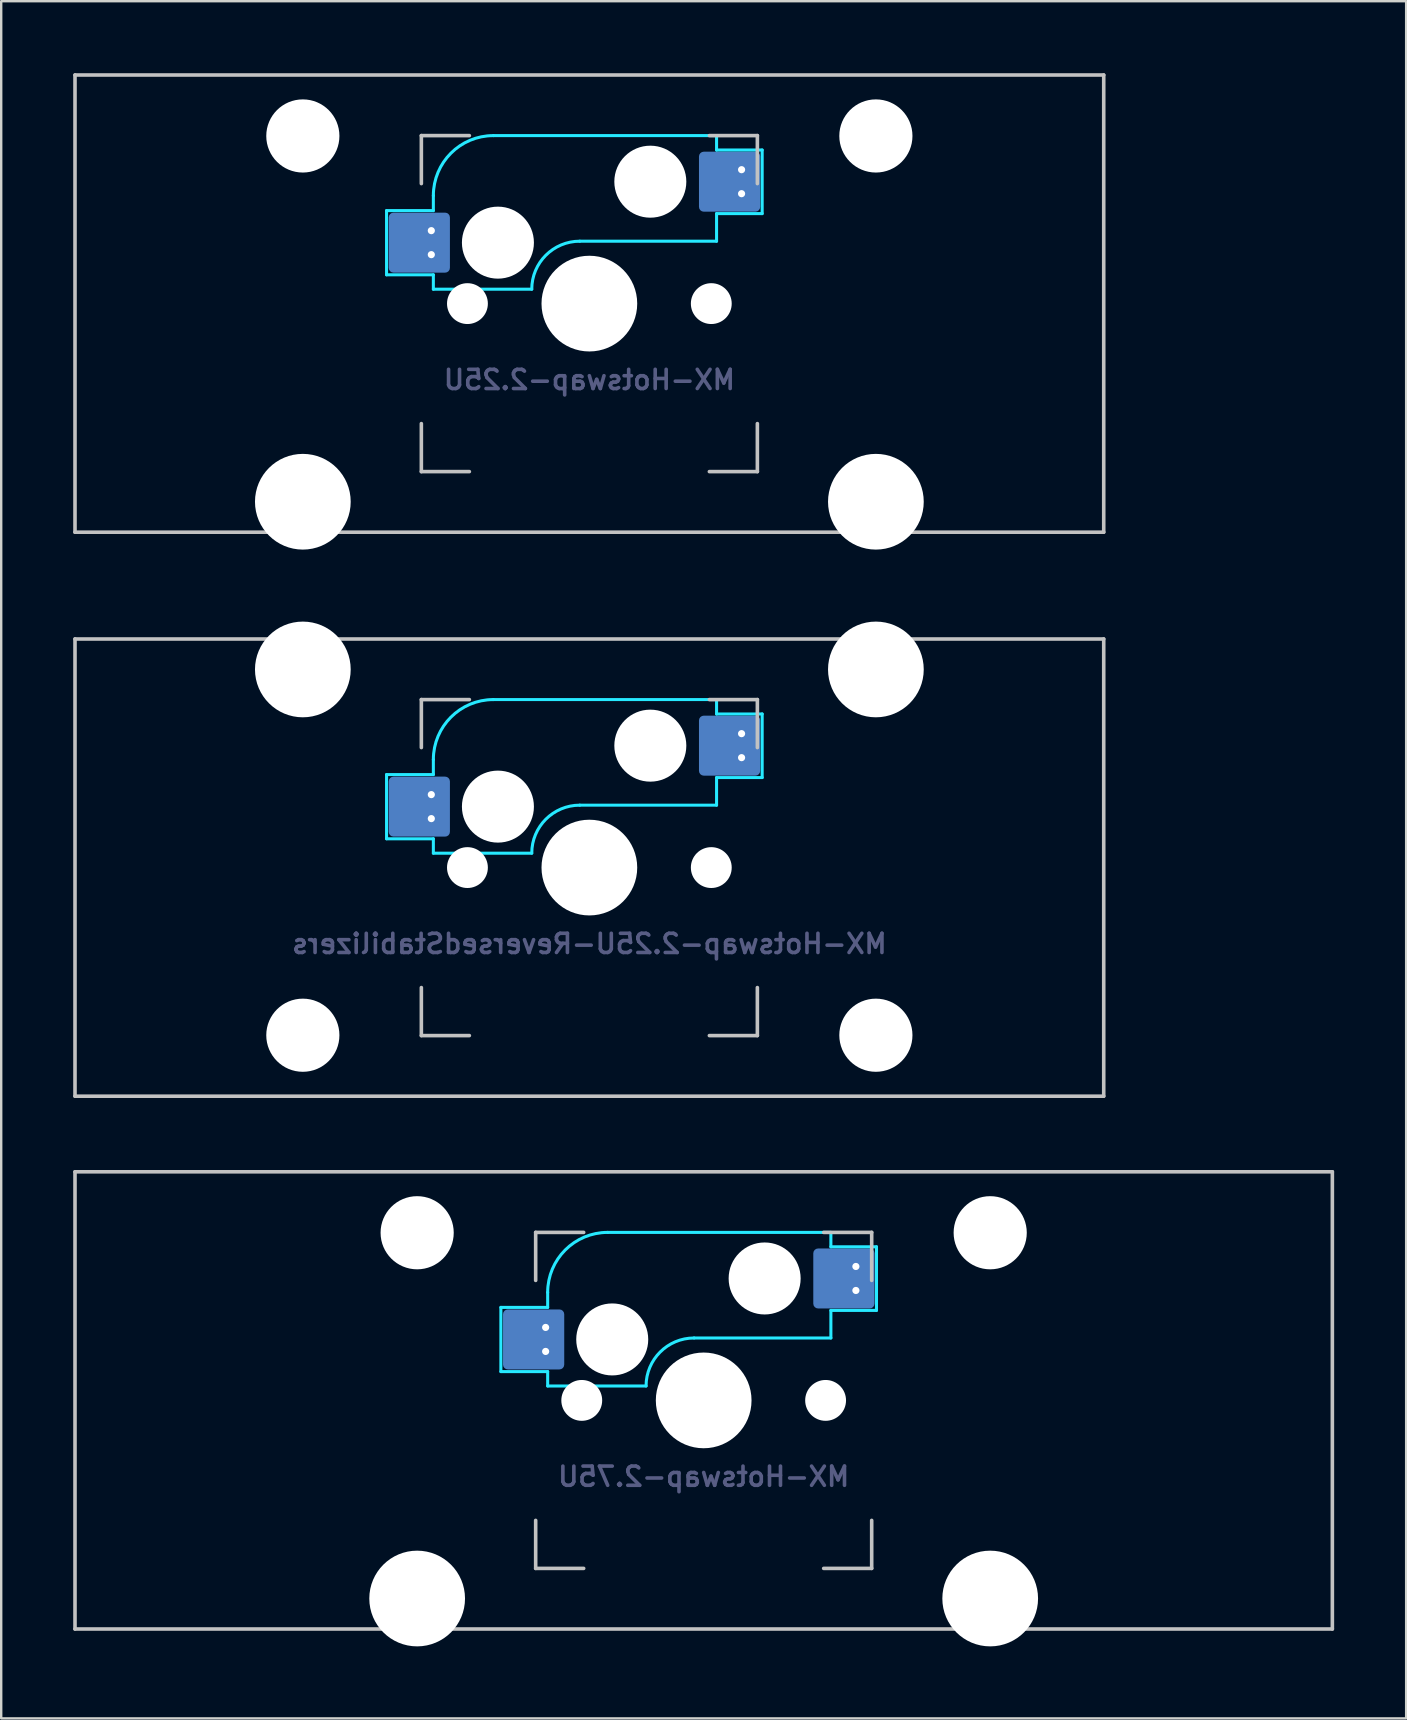
<source format=kicad_pcb>
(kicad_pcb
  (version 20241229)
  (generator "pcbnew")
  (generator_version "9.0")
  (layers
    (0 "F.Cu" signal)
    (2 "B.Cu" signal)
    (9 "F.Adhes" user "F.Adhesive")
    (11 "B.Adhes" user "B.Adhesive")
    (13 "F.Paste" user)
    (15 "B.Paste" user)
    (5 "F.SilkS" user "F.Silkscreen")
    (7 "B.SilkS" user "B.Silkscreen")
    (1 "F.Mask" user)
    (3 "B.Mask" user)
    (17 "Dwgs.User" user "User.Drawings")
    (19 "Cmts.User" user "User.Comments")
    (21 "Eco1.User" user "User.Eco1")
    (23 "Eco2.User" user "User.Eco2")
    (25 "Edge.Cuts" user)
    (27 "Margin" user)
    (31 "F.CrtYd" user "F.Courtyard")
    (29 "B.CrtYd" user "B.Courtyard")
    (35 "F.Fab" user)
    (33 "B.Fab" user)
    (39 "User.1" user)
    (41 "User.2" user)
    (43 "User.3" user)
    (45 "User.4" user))
  (footprint "MX-Hotswap-2.25U-ReversedStabilizers"
    (layer "F.Cu")
    (at 21.506 33.098)
    (property "Reference" "MX-Hotswap-2.25U-ReversedStabilizers" (at 0 3.175 0) (layer "B.Fab") (effects (font (size 0.8 0.8) (thickness 0.15)) (justify mirror)))
    (attr smd)
    (fp_line (start -21.431 9.525) (end -21.431 -9.525) (stroke (width 0.15) (type solid)) (layer "Dwgs.User"))
    (fp_line (start -7 -7) (end -7 -5) (stroke (width 0.15) (type solid)) (layer "Dwgs.User"))
    (fp_line (start -7 5) (end -7 7) (stroke (width 0.15) (type solid)) (layer "Dwgs.User"))
    (fp_line (start -7 7) (end -5 7) (stroke (width 0.15) (type solid)) (layer "Dwgs.User"))
    (fp_line (start -5 -7) (end -7 -7) (stroke (width 0.15) (type solid)) (layer "Dwgs.User"))
    (fp_line (start 5 -7) (end 7 -7) (stroke (width 0.15) (type solid)) (layer "Dwgs.User"))
    (fp_line (start 5 7) (end 7 7) (stroke (width 0.15) (type solid)) (layer "Dwgs.User"))
    (fp_line (start 7 -7) (end 7 -5) (stroke (width 0.15) (type solid)) (layer "Dwgs.User"))
    (fp_line (start 7 7) (end 7 5) (stroke (width 0.15) (type solid)) (layer "Dwgs.User"))
    (fp_line (start 21.431 -9.525) (end -21.431 -9.525) (stroke (width 0.15) (type solid)) (layer "Dwgs.User"))
    (fp_line (start 21.431 9.525) (end -21.431 9.525) (stroke (width 0.15) (type solid)) (layer "Dwgs.User"))
    (fp_line (start 21.431 9.525) (end 21.431 -9.525) (stroke (width 0.15) (type solid)) (layer "Dwgs.User"))
    (fp_line (start -8.45 -3.875) (end -8.45 -1.2) (stroke (width 0.127) (type solid)) (layer "B.CrtYd"))
    (fp_line (start -8.45 -1.2) (end -6.5 -1.2) (stroke (width 0.127) (type solid)) (layer "B.CrtYd"))
    (fp_line (start -6.5 -4.5) (end -6.5 -3.875) (stroke (width 0.127) (type solid)) (layer "B.CrtYd"))
    (fp_line (start -6.5 -3.875) (end -8.45 -3.875) (stroke (width 0.127) (type solid)) (layer "B.CrtYd"))
    (fp_line (start -6.5 -0.6) (end -6.5 -1.2) (stroke (width 0.127) (type solid)) (layer "B.CrtYd"))
    (fp_line (start -6.5 -0.6) (end -2.4 -0.6) (stroke (width 0.127) (type solid)) (layer "B.CrtYd"))
    (fp_line (start -0.4 -2.6) (end 5.3 -2.6) (stroke (width 0.127) (type solid)) (layer "B.CrtYd"))
    (fp_line (start 5.3 -7) (end -4 -7) (stroke (width 0.127) (type solid)) (layer "B.CrtYd"))
    (fp_line (start 5.3 -7) (end 5.3 -6.4) (stroke (width 0.127) (type solid)) (layer "B.CrtYd"))
    (fp_line (start 5.3 -6.4) (end 7.2 -6.4) (stroke (width 0.127) (type solid)) (layer "B.CrtYd"))
    (fp_line (start 5.3 -2.6) (end 5.3 -3.75) (stroke (width 0.127) (type solid)) (layer "B.CrtYd"))
    (fp_line (start 7.2 -6.4) (end 7.2 -3.75) (stroke (width 0.127) (type solid)) (layer "B.CrtYd"))
    (fp_line (start 7.2 -3.75) (end 5.3 -3.75) (stroke (width 0.127) (type solid)) (layer "B.CrtYd"))
    (fp_arc (start -6.5 -4.5) (mid -5.767767 -6.267767) (end -4 -7) (stroke (width 0.127) (type solid)) (layer "B.CrtYd"))
    (fp_arc (start -2.4 -0.6) (mid -1.814214 -2.014214) (end -0.4 -2.6) (stroke (width 0.127) (type solid)) (layer "B.CrtYd"))
    (pad "" np_thru_hole circle (at -11.938 -8.255) (size 3.988 3.988) (drill 3.988) (layers "*.Cu" "*.Mask"))
    (pad "" np_thru_hole circle (at -11.938 6.985) (size 3.048 3.048) (drill 3.048) (layers "*.Cu" "*.Mask"))
    (pad "" np_thru_hole circle (at -5.08 0 48.099) (size 1.702 1.702) (drill 1.702) (layers "*.Cu" "*.Mask"))
    (pad "" np_thru_hole circle (at -3.81 -2.54) (size 3 3) (drill 3) (layers "*.Cu" "*.Mask"))
    (pad "" np_thru_hole circle (at 0 0) (size 3.988 3.988) (drill 3.988) (layers "*.Cu" "*.Mask"))
    (pad "" np_thru_hole circle (at 2.54 -5.08) (size 3 3) (drill 3) (layers "*.Cu" "*.Mask"))
    (pad "" np_thru_hole circle (at 5.08 0 48.099) (size 1.702 1.702) (drill 1.702) (layers "*.Cu" "*.Mask"))
    (pad "" np_thru_hole circle (at 11.938 -8.255) (size 3.988 3.988) (drill 3.988) (layers "*.Cu" "*.Mask"))
    (pad "" np_thru_hole circle (at 11.938 6.985) (size 3.048 3.048) (drill 3.048) (layers "*.Cu" "*.Mask"))
    (pad "1" smd roundrect (at -7.085 -2.54) (size 2.55 2.5) (layers "B.Cu" "B.Mask" "B.Paste") (roundrect_rratio 0.08))
    (pad "1" thru_hole circle (at -6.585 -3.04) (size 0.6 0.6) (drill 0.3) (layers "*.Cu" "*.Mask"))
    (pad "1" thru_hole circle (at -6.585 -2.04) (size 0.6 0.6) (drill 0.3) (layers "*.Cu" "*.Mask"))
    (pad "2" smd roundrect (at 5.842 -5.08) (size 2.55 2.5) (layers "B.Cu" "B.Mask" "B.Paste") (roundrect_rratio 0.08))
    (pad "2" thru_hole circle (at 6.342 -5.58) (size 0.6 0.6) (drill 0.3) (layers "*.Cu" "*.Mask"))
    (pad "2" thru_hole circle (at 6.342 -4.58) (size 0.6 0.6) (drill 0.3) (layers "*.Cu" "*.Mask")))
  (footprint "MX-Hotswap-2.25U"
    (layer "F.Cu")
    (at 21.506 9.6)
    (property "Reference" "MX-Hotswap-2.25U" (at 0 3.175 0) (layer "B.Fab") (effects (font (size 0.8 0.8) (thickness 0.15)) (justify mirror)))
    (attr smd)
    (fp_line (start -21.431 9.525) (end -21.431 -9.525) (stroke (width 0.15) (type solid)) (layer "Dwgs.User"))
    (fp_line (start -7 -7) (end -7 -5) (stroke (width 0.15) (type solid)) (layer "Dwgs.User"))
    (fp_line (start -7 5) (end -7 7) (stroke (width 0.15) (type solid)) (layer "Dwgs.User"))
    (fp_line (start -7 7) (end -5 7) (stroke (width 0.15) (type solid)) (layer "Dwgs.User"))
    (fp_line (start -5 -7) (end -7 -7) (stroke (width 0.15) (type solid)) (layer "Dwgs.User"))
    (fp_line (start 5 -7) (end 7 -7) (stroke (width 0.15) (type solid)) (layer "Dwgs.User"))
    (fp_line (start 5 7) (end 7 7) (stroke (width 0.15) (type solid)) (layer "Dwgs.User"))
    (fp_line (start 7 -7) (end 7 -5) (stroke (width 0.15) (type solid)) (layer "Dwgs.User"))
    (fp_line (start 7 7) (end 7 5) (stroke (width 0.15) (type solid)) (layer "Dwgs.User"))
    (fp_line (start 21.431 -9.525) (end -21.431 -9.525) (stroke (width 0.15) (type solid)) (layer "Dwgs.User"))
    (fp_line (start 21.431 9.525) (end -21.431 9.525) (stroke (width 0.15) (type solid)) (layer "Dwgs.User"))
    (fp_line (start 21.431 9.525) (end 21.431 -9.525) (stroke (width 0.15) (type solid)) (layer "Dwgs.User"))
    (fp_line (start -8.45 -3.875) (end -8.45 -1.2) (stroke (width 0.127) (type solid)) (layer "B.CrtYd"))
    (fp_line (start -8.45 -1.2) (end -6.5 -1.2) (stroke (width 0.127) (type solid)) (layer "B.CrtYd"))
    (fp_line (start -6.5 -4.5) (end -6.5 -3.875) (stroke (width 0.127) (type solid)) (layer "B.CrtYd"))
    (fp_line (start -6.5 -3.875) (end -8.45 -3.875) (stroke (width 0.127) (type solid)) (layer "B.CrtYd"))
    (fp_line (start -6.5 -0.6) (end -6.5 -1.2) (stroke (width 0.127) (type solid)) (layer "B.CrtYd"))
    (fp_line (start -6.5 -0.6) (end -2.4 -0.6) (stroke (width 0.127) (type solid)) (layer "B.CrtYd"))
    (fp_line (start -0.4 -2.6) (end 5.3 -2.6) (stroke (width 0.127) (type solid)) (layer "B.CrtYd"))
    (fp_line (start 5.3 -7) (end -4 -7) (stroke (width 0.127) (type solid)) (layer "B.CrtYd"))
    (fp_line (start 5.3 -7) (end 5.3 -6.4) (stroke (width 0.127) (type solid)) (layer "B.CrtYd"))
    (fp_line (start 5.3 -6.4) (end 7.2 -6.4) (stroke (width 0.127) (type solid)) (layer "B.CrtYd"))
    (fp_line (start 5.3 -2.6) (end 5.3 -3.75) (stroke (width 0.127) (type solid)) (layer "B.CrtYd"))
    (fp_line (start 7.2 -6.4) (end 7.2 -3.75) (stroke (width 0.127) (type solid)) (layer "B.CrtYd"))
    (fp_line (start 7.2 -3.75) (end 5.3 -3.75) (stroke (width 0.127) (type solid)) (layer "B.CrtYd"))
    (fp_arc (start -6.5 -4.5) (mid -5.767767 -6.267767) (end -4 -7) (stroke (width 0.127) (type solid)) (layer "B.CrtYd"))
    (fp_arc (start -2.4 -0.6) (mid -1.814214 -2.014214) (end -0.4 -2.6) (stroke (width 0.127) (type solid)) (layer "B.CrtYd"))
    (pad "" np_thru_hole circle (at -11.938 -6.985) (size 3.048 3.048) (drill 3.048) (layers "*.Cu" "*.Mask"))
    (pad "" np_thru_hole circle (at -11.938 8.255) (size 3.988 3.988) (drill 3.988) (layers "*.Cu" "*.Mask"))
    (pad "" np_thru_hole circle (at -5.08 0 48.099) (size 1.702 1.702) (drill 1.702) (layers "*.Cu" "*.Mask"))
    (pad "" np_thru_hole circle (at -3.81 -2.54) (size 3 3) (drill 3) (layers "*.Cu" "*.Mask"))
    (pad "" np_thru_hole circle (at 0 0) (size 3.988 3.988) (drill 3.988) (layers "*.Cu" "*.Mask"))
    (pad "" np_thru_hole circle (at 2.54 -5.08) (size 3 3) (drill 3) (layers "*.Cu" "*.Mask"))
    (pad "" np_thru_hole circle (at 5.08 0 48.099) (size 1.702 1.702) (drill 1.702) (layers "*.Cu" "*.Mask"))
    (pad "" np_thru_hole circle (at 11.938 -6.985) (size 3.048 3.048) (drill 3.048) (layers "*.Cu" "*.Mask"))
    (pad "" np_thru_hole circle (at 11.938 8.255) (size 3.988 3.988) (drill 3.988) (layers "*.Cu" "*.Mask"))
    (pad "1" smd roundrect (at -7.085 -2.54) (size 2.55 2.5) (layers "B.Cu" "B.Mask" "B.Paste") (roundrect_rratio 0.08))
    (pad "1" thru_hole circle (at -6.585 -3.04) (size 0.6 0.6) (drill 0.3) (layers "*.Cu" "*.Mask"))
    (pad "1" thru_hole circle (at -6.585 -2.04) (size 0.6 0.6) (drill 0.3) (layers "*.Cu" "*.Mask"))
    (pad "2" smd roundrect (at 5.842 -5.08) (size 2.55 2.5) (layers "B.Cu" "B.Mask" "B.Paste") (roundrect_rratio 0.08))
    (pad "2" thru_hole circle (at 6.342 -5.58) (size 0.6 0.6) (drill 0.3) (layers "*.Cu" "*.Mask"))
    (pad "2" thru_hole circle (at 6.342 -4.58) (size 0.6 0.6) (drill 0.3) (layers "*.Cu" "*.Mask")))
  (footprint "MX-Hotswap-2.75U"
    (layer "F.Cu")
    (at 26.269 55.298)
    (property "Reference" "MX-Hotswap-2.75U" (at 0 3.175 0) (layer "B.Fab") (effects (font (size 0.8 0.8) (thickness 0.15)) (justify mirror)))
    (attr smd)
    (fp_line (start -26.194 9.525) (end -26.194 -9.525) (stroke (width 0.15) (type solid)) (layer "Dwgs.User"))
    (fp_line (start -7 -7) (end -7 -5) (stroke (width 0.15) (type solid)) (layer "Dwgs.User"))
    (fp_line (start -7 5) (end -7 7) (stroke (width 0.15) (type solid)) (layer "Dwgs.User"))
    (fp_line (start -7 7) (end -5 7) (stroke (width 0.15) (type solid)) (layer "Dwgs.User"))
    (fp_line (start -5 -7) (end -7 -7) (stroke (width 0.15) (type solid)) (layer "Dwgs.User"))
    (fp_line (start 5 -7) (end 7 -7) (stroke (width 0.15) (type solid)) (layer "Dwgs.User"))
    (fp_line (start 5 7) (end 7 7) (stroke (width 0.15) (type solid)) (layer "Dwgs.User"))
    (fp_line (start 7 -7) (end 7 -5) (stroke (width 0.15) (type solid)) (layer "Dwgs.User"))
    (fp_line (start 7 7) (end 7 5) (stroke (width 0.15) (type solid)) (layer "Dwgs.User"))
    (fp_line (start 26.194 -9.525) (end -26.194 -9.525) (stroke (width 0.15) (type solid)) (layer "Dwgs.User"))
    (fp_line (start 26.194 9.525) (end -26.194 9.525) (stroke (width 0.15) (type solid)) (layer "Dwgs.User"))
    (fp_line (start 26.194 9.525) (end 26.194 -9.525) (stroke (width 0.15) (type solid)) (layer "Dwgs.User"))
    (fp_line (start -8.45 -3.875) (end -8.45 -1.2) (stroke (width 0.127) (type solid)) (layer "B.CrtYd"))
    (fp_line (start -8.45 -1.2) (end -6.5 -1.2) (stroke (width 0.127) (type solid)) (layer "B.CrtYd"))
    (fp_line (start -6.5 -4.5) (end -6.5 -3.875) (stroke (width 0.127) (type solid)) (layer "B.CrtYd"))
    (fp_line (start -6.5 -3.875) (end -8.45 -3.875) (stroke (width 0.127) (type solid)) (layer "B.CrtYd"))
    (fp_line (start -6.5 -0.6) (end -6.5 -1.2) (stroke (width 0.127) (type solid)) (layer "B.CrtYd"))
    (fp_line (start -6.5 -0.6) (end -2.4 -0.6) (stroke (width 0.127) (type solid)) (layer "B.CrtYd"))
    (fp_line (start -0.4 -2.6) (end 5.3 -2.6) (stroke (width 0.127) (type solid)) (layer "B.CrtYd"))
    (fp_line (start 5.3 -7) (end -4 -7) (stroke (width 0.127) (type solid)) (layer "B.CrtYd"))
    (fp_line (start 5.3 -7) (end 5.3 -6.4) (stroke (width 0.127) (type solid)) (layer "B.CrtYd"))
    (fp_line (start 5.3 -6.4) (end 7.2 -6.4) (stroke (width 0.127) (type solid)) (layer "B.CrtYd"))
    (fp_line (start 5.3 -2.6) (end 5.3 -3.75) (stroke (width 0.127) (type solid)) (layer "B.CrtYd"))
    (fp_line (start 7.2 -6.4) (end 7.2 -3.75) (stroke (width 0.127) (type solid)) (layer "B.CrtYd"))
    (fp_line (start 7.2 -3.75) (end 5.3 -3.75) (stroke (width 0.127) (type solid)) (layer "B.CrtYd"))
    (fp_arc (start -6.5 -4.5) (mid -5.767767 -6.267767) (end -4 -7) (stroke (width 0.127) (type solid)) (layer "B.CrtYd"))
    (fp_arc (start -2.4 -0.6) (mid -1.814214 -2.014214) (end -0.4 -2.6) (stroke (width 0.127) (type solid)) (layer "B.CrtYd"))
    (pad "" np_thru_hole circle (at -11.938 -6.985) (size 3.048 3.048) (drill 3.048) (layers "*.Cu" "*.Mask"))
    (pad "" np_thru_hole circle (at -11.938 8.255) (size 3.988 3.988) (drill 3.988) (layers "*.Cu" "*.Mask"))
    (pad "" np_thru_hole circle (at -5.08 0 48.099) (size 1.702 1.702) (drill 1.702) (layers "*.Cu" "*.Mask"))
    (pad "" np_thru_hole circle (at -3.81 -2.54) (size 3 3) (drill 3) (layers "*.Cu" "*.Mask"))
    (pad "" np_thru_hole circle (at 0 0) (size 3.988 3.988) (drill 3.988) (layers "*.Cu" "*.Mask"))
    (pad "" np_thru_hole circle (at 2.54 -5.08) (size 3 3) (drill 3) (layers "*.Cu" "*.Mask"))
    (pad "" np_thru_hole circle (at 5.08 0 48.099) (size 1.702 1.702) (drill 1.702) (layers "*.Cu" "*.Mask"))
    (pad "" np_thru_hole circle (at 11.938 -6.985) (size 3.048 3.048) (drill 3.048) (layers "*.Cu" "*.Mask"))
    (pad "" np_thru_hole circle (at 11.938 8.255) (size 3.988 3.988) (drill 3.988) (layers "*.Cu" "*.Mask"))
    (pad "1" smd roundrect (at -7.085 -2.54) (size 2.55 2.5) (layers "B.Cu" "B.Mask" "B.Paste") (roundrect_rratio 0.08))
    (pad "1" thru_hole circle (at -6.585 -3.04) (size 0.6 0.6) (drill 0.3) (layers "*.Cu" "*.Mask"))
    (pad "1" thru_hole circle (at -6.585 -2.04) (size 0.6 0.6) (drill 0.3) (layers "*.Cu" "*.Mask"))
    (pad "2" smd roundrect (at 5.842 -5.08) (size 2.55 2.5) (layers "B.Cu" "B.Mask" "B.Paste") (roundrect_rratio 0.08))
    (pad "2" thru_hole circle (at 6.342 -5.58) (size 0.6 0.6) (drill 0.3) (layers "*.Cu" "*.Mask"))
    (pad "2" thru_hole circle (at 6.342 -4.58) (size 0.6 0.6) (drill 0.3) (layers "*.Cu" "*.Mask")))
  (gr_rect
    (start -3 -3)
    (end 55.538 68.547)
    (stroke (width 0.1) (type default))
    (fill no)
    (layer "Edge.Cuts")))
</source>
